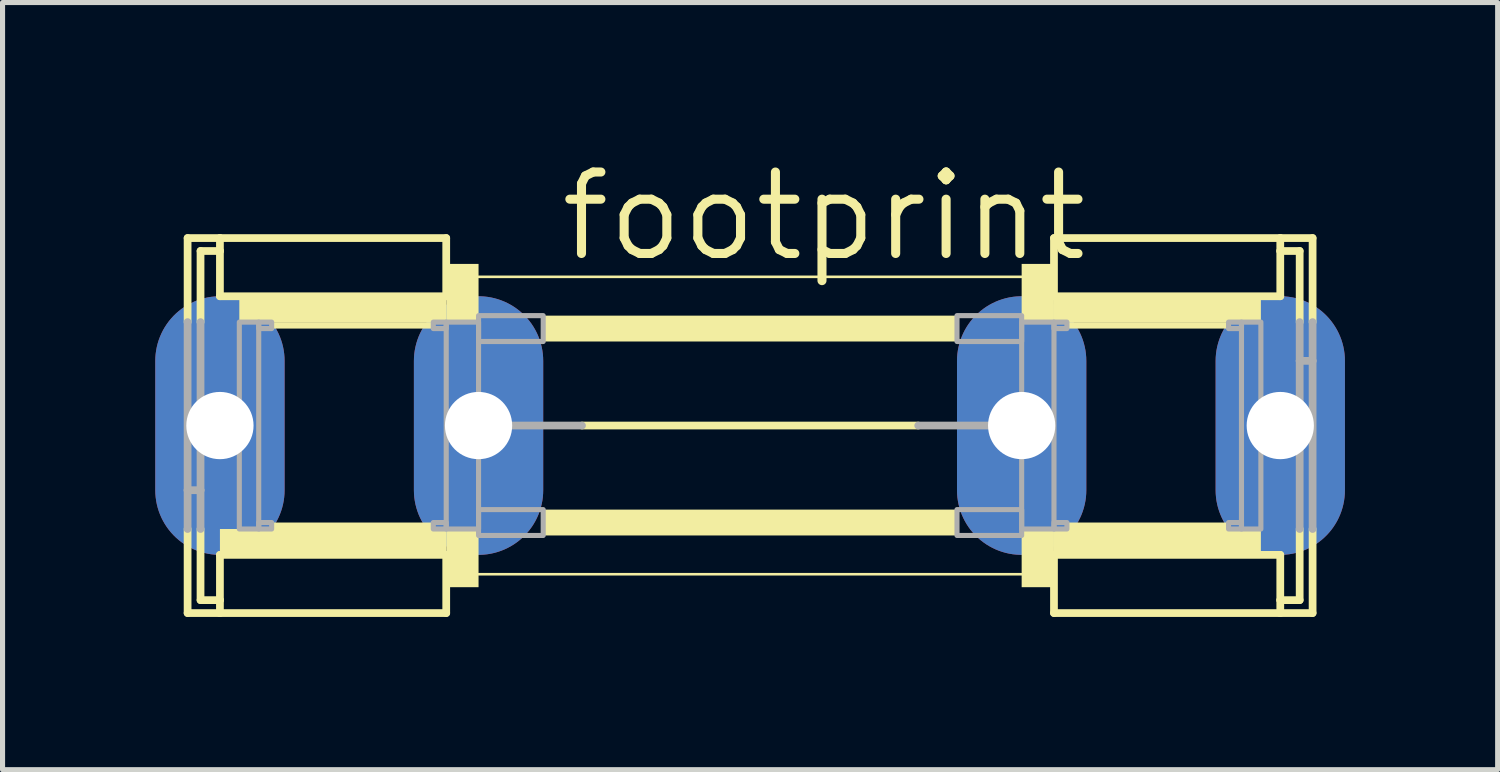
<source format=kicad_pcb>
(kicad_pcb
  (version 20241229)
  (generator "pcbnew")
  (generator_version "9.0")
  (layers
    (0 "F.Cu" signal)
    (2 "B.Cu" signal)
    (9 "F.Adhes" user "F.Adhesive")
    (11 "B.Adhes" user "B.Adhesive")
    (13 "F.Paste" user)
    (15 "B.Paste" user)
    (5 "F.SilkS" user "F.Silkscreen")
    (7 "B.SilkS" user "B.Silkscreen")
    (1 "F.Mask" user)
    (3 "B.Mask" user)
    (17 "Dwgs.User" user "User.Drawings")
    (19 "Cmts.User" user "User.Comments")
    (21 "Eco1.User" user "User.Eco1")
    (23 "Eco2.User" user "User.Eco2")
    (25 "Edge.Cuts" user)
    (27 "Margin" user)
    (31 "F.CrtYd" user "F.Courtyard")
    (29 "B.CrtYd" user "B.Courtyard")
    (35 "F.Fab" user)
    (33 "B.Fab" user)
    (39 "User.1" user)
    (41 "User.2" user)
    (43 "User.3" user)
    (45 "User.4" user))
  (footprint "footprint"
    (layer "F.Cu")
    (at 11.684 5.309)
    (property "Reference" "footprint" (at -3.81 -3.175 0) (layer "F.SilkS") (effects (font (size 1.6 1.6) (thickness 0.178)) (justify left bottom)))
    (fp_line (start -11.049 -2.032) (end -11.049 -3.683) (stroke (width 0.152) (type solid)) (layer "F.SilkS"))
    (fp_line (start -11.049 3.683) (end -11.049 2.032) (stroke (width 0.152) (type solid)) (layer "F.SilkS"))
    (fp_line (start -10.795 -3.429) (end -10.795 -2.032) (stroke (width 0.152) (type solid)) (layer "F.SilkS"))
    (fp_line (start -10.795 -3.429) (end -10.414 -3.429) (stroke (width 0.152) (type solid)) (layer "F.SilkS"))
    (fp_line (start -10.795 2.032) (end -10.795 3.429) (stroke (width 0.152) (type solid)) (layer "F.SilkS"))
    (fp_line (start -10.795 3.429) (end -10.414 3.429) (stroke (width 0.152) (type solid)) (layer "F.SilkS"))
    (fp_line (start -10.414 -3.683) (end -11.049 -3.683) (stroke (width 0.152) (type solid)) (layer "F.SilkS"))
    (fp_line (start -10.414 -3.683) (end -10.414 -3.429) (stroke (width 0.152) (type solid)) (layer "F.SilkS"))
    (fp_line (start -10.414 -3.683) (end -5.969 -3.683) (stroke (width 0.152) (type solid)) (layer "F.SilkS"))
    (fp_line (start -10.414 -3.429) (end -10.414 -2.54) (stroke (width 0.152) (type solid)) (layer "F.SilkS"))
    (fp_line (start -10.414 -2.54) (end -5.969 -2.54) (stroke (width 0.152) (type solid)) (layer "F.SilkS"))
    (fp_line (start -10.414 2.54) (end -5.969 2.54) (stroke (width 0.152) (type solid)) (layer "F.SilkS"))
    (fp_line (start -10.414 3.429) (end -10.414 2.54) (stroke (width 0.152) (type solid)) (layer "F.SilkS"))
    (fp_line (start -10.414 3.683) (end -11.049 3.683) (stroke (width 0.152) (type solid)) (layer "F.SilkS"))
    (fp_line (start -10.414 3.683) (end -10.414 3.429) (stroke (width 0.152) (type solid)) (layer "F.SilkS"))
    (fp_line (start -5.969 -2.54) (end -5.969 -3.683) (stroke (width 0.152) (type solid)) (layer "F.SilkS"))
    (fp_line (start -5.969 3.683) (end -10.414 3.683) (stroke (width 0.152) (type solid)) (layer "F.SilkS"))
    (fp_line (start -5.969 3.683) (end -5.969 2.54) (stroke (width 0.152) (type solid)) (layer "F.SilkS"))
    (fp_line (start -5.334 -2.921) (end 5.334 -2.921) (stroke (width 0.051) (type solid)) (layer "F.SilkS"))
    (fp_line (start -3.302 0) (end 3.302 0) (stroke (width 0.152) (type solid)) (layer "F.SilkS"))
    (fp_line (start 5.334 2.921) (end -5.334 2.921) (stroke (width 0.051) (type solid)) (layer "F.SilkS"))
    (fp_line (start 5.969 -3.683) (end 5.969 -2.54) (stroke (width 0.152) (type solid)) (layer "F.SilkS"))
    (fp_line (start 5.969 -3.683) (end 10.414 -3.683) (stroke (width 0.152) (type solid)) (layer "F.SilkS"))
    (fp_line (start 5.969 2.54) (end 5.969 3.683) (stroke (width 0.152) (type solid)) (layer "F.SilkS"))
    (fp_line (start 10.414 -3.683) (end 10.414 -3.429) (stroke (width 0.152) (type solid)) (layer "F.SilkS"))
    (fp_line (start 10.414 -3.683) (end 11.049 -3.683) (stroke (width 0.152) (type solid)) (layer "F.SilkS"))
    (fp_line (start 10.414 -3.429) (end 10.414 -2.54) (stroke (width 0.152) (type solid)) (layer "F.SilkS"))
    (fp_line (start 10.414 -2.54) (end 5.969 -2.54) (stroke (width 0.152) (type solid)) (layer "F.SilkS"))
    (fp_line (start 10.414 2.54) (end 5.969 2.54) (stroke (width 0.152) (type solid)) (layer "F.SilkS"))
    (fp_line (start 10.414 3.429) (end 10.414 2.54) (stroke (width 0.152) (type solid)) (layer "F.SilkS"))
    (fp_line (start 10.414 3.683) (end 5.969 3.683) (stroke (width 0.152) (type solid)) (layer "F.SilkS"))
    (fp_line (start 10.414 3.683) (end 10.414 3.429) (stroke (width 0.152) (type solid)) (layer "F.SilkS"))
    (fp_line (start 10.414 3.683) (end 11.049 3.683) (stroke (width 0.152) (type solid)) (layer "F.SilkS"))
    (fp_line (start 10.795 -3.429) (end 10.414 -3.429) (stroke (width 0.152) (type solid)) (layer "F.SilkS"))
    (fp_line (start 10.795 -2.032) (end 10.795 -3.429) (stroke (width 0.152) (type solid)) (layer "F.SilkS"))
    (fp_line (start 10.795 3.429) (end 10.414 3.429) (stroke (width 0.152) (type solid)) (layer "F.SilkS"))
    (fp_line (start 10.795 3.429) (end 10.795 2.032) (stroke (width 0.152) (type solid)) (layer "F.SilkS"))
    (fp_line (start 11.049 -3.683) (end 11.049 -2.032) (stroke (width 0.152) (type solid)) (layer "F.SilkS"))
    (fp_line (start 11.049 2.032) (end 11.049 3.683) (stroke (width 0.152) (type solid)) (layer "F.SilkS"))
    (fp_poly (pts (xy -10.414 2.54) (xy -5.969 2.54) (xy -5.969 2.032) (xy -10.414 2.032)) (stroke (width 0) (type solid)) (fill yes) (layer "F.SilkS"))
    (fp_poly (pts (xy -10.033 -2.032) (xy -5.969 -2.032) (xy -5.969 -2.54) (xy -10.033 -2.54)) (stroke (width 0) (type solid)) (fill yes) (layer "F.SilkS"))
    (fp_poly (pts (xy -9.398 -1.905) (xy -6.223 -1.905) (xy -6.223 -2.032) (xy -9.398 -2.032)) (stroke (width 0) (type solid)) (fill yes) (layer "F.SilkS"))
    (fp_poly (pts (xy -9.398 2.032) (xy -6.223 2.032) (xy -6.223 1.905) (xy -9.398 1.905)) (stroke (width 0) (type solid)) (fill yes) (layer "F.SilkS"))
    (fp_poly (pts (xy -5.969 -2.032) (xy -5.334 -2.032) (xy -5.334 -3.175) (xy -5.969 -3.175)) (stroke (width 0) (type solid)) (fill yes) (layer "F.SilkS"))
    (fp_poly (pts (xy -5.969 3.175) (xy -5.334 3.175) (xy -5.334 2.032) (xy -5.969 2.032)) (stroke (width 0) (type solid)) (fill yes) (layer "F.SilkS"))
    (fp_poly (pts (xy -4.064 -1.651) (xy 4.064 -1.651) (xy 4.064 -2.159) (xy -4.064 -2.159)) (stroke (width 0) (type solid)) (fill yes) (layer "F.SilkS"))
    (fp_poly (pts (xy -4.064 2.159) (xy 4.064 2.159) (xy 4.064 1.651) (xy -4.064 1.651)) (stroke (width 0) (type solid)) (fill yes) (layer "F.SilkS"))
    (fp_poly (pts (xy 5.334 -2.032) (xy 5.969 -2.032) (xy 5.969 -3.175) (xy 5.334 -3.175)) (stroke (width 0) (type solid)) (fill yes) (layer "F.SilkS"))
    (fp_poly (pts (xy 5.334 3.175) (xy 5.969 3.175) (xy 5.969 2.032) (xy 5.334 2.032)) (stroke (width 0) (type solid)) (fill yes) (layer "F.SilkS"))
    (fp_poly (pts (xy 5.969 -2.032) (xy 10.033 -2.032) (xy 10.033 -2.54) (xy 5.969 -2.54)) (stroke (width 0) (type solid)) (fill yes) (layer "F.SilkS"))
    (fp_poly (pts (xy 5.969 2.54) (xy 10.033 2.54) (xy 10.033 2.032) (xy 5.969 2.032)) (stroke (width 0) (type solid)) (fill yes) (layer "F.SilkS"))
    (fp_poly (pts (xy 6.223 -1.905) (xy 9.398 -1.905) (xy 9.398 -2.032) (xy 6.223 -2.032)) (stroke (width 0) (type solid)) (fill yes) (layer "F.SilkS"))
    (fp_poly (pts (xy 6.223 2.032) (xy 9.398 2.032) (xy 9.398 1.905) (xy 6.223 1.905)) (stroke (width 0) (type solid)) (fill yes) (layer "F.SilkS"))
    (fp_line (start -11.049 -2.032) (end -11.049 1.27) (stroke (width 0.152) (type solid)) (layer "F.Fab"))
    (fp_line (start -11.049 1.27) (end -10.795 1.27) (stroke (width 0.152) (type solid)) (layer "F.Fab"))
    (fp_line (start -11.049 2.032) (end -11.049 1.27) (stroke (width 0.152) (type solid)) (layer "F.Fab"))
    (fp_line (start -10.795 -2.032) (end -10.795 1.27) (stroke (width 0.152) (type solid)) (layer "F.Fab"))
    (fp_line (start -10.795 1.27) (end -10.795 2.032) (stroke (width 0.152) (type solid)) (layer "F.Fab"))
    (fp_line (start -3.302 0) (end -5.334 0) (stroke (width 0.152) (type solid)) (layer "F.Fab"))
    (fp_line (start 3.302 0) (end 5.334 0) (stroke (width 0.152) (type solid)) (layer "F.Fab"))
    (fp_line (start 10.795 -1.27) (end 10.795 -2.032) (stroke (width 0.152) (type solid)) (layer "F.Fab"))
    (fp_line (start 10.795 -1.27) (end 10.795 2.032) (stroke (width 0.152) (type solid)) (layer "F.Fab"))
    (fp_line (start 11.049 -2.032) (end 11.049 -1.27) (stroke (width 0.152) (type solid)) (layer "F.Fab"))
    (fp_line (start 11.049 -1.27) (end 10.795 -1.27) (stroke (width 0.152) (type solid)) (layer "F.Fab"))
    (fp_line (start 11.049 -1.27) (end 11.049 2.032) (stroke (width 0.152) (type solid)) (layer "F.Fab"))
    (fp_poly (pts (xy -10.033 2.032) (xy -9.652 2.032) (xy -9.652 -2.032) (xy -10.033 -2.032)) (stroke (width 0.1) (type solid)) (fill no) (layer "F.Fab"))
    (fp_poly (pts (xy -9.652 -1.905) (xy -9.398 -1.905) (xy -9.398 -2.032) (xy -9.652 -2.032)) (stroke (width 0.1) (type solid)) (fill no) (layer "F.Fab"))
    (fp_poly (pts (xy -9.652 2.032) (xy -9.398 2.032) (xy -9.398 1.905) (xy -9.652 1.905)) (stroke (width 0.1) (type solid)) (fill no) (layer "F.Fab"))
    (fp_poly (pts (xy -6.223 -1.905) (xy -5.969 -1.905) (xy -5.969 -2.032) (xy -6.223 -2.032)) (stroke (width 0.1) (type solid)) (fill no) (layer "F.Fab"))
    (fp_poly (pts (xy -6.223 2.032) (xy -5.969 2.032) (xy -5.969 1.905) (xy -6.223 1.905)) (stroke (width 0.1) (type solid)) (fill no) (layer "F.Fab"))
    (fp_poly (pts (xy -5.969 2.032) (xy -5.334 2.032) (xy -5.334 -2.032) (xy -5.969 -2.032)) (stroke (width 0.1) (type solid)) (fill no) (layer "F.Fab"))
    (fp_poly (pts (xy -5.334 -1.651) (xy -4.064 -1.651) (xy -4.064 -2.159) (xy -5.334 -2.159)) (stroke (width 0.1) (type solid)) (fill no) (layer "F.Fab"))
    (fp_poly (pts (xy -5.334 2.159) (xy -4.064 2.159) (xy -4.064 1.651) (xy -5.334 1.651)) (stroke (width 0.1) (type solid)) (fill no) (layer "F.Fab"))
    (fp_poly (pts (xy 4.064 -1.651) (xy 5.334 -1.651) (xy 5.334 -2.159) (xy 4.064 -2.159)) (stroke (width 0.1) (type solid)) (fill no) (layer "F.Fab"))
    (fp_poly (pts (xy 4.064 2.159) (xy 5.334 2.159) (xy 5.334 1.651) (xy 4.064 1.651)) (stroke (width 0.1) (type solid)) (fill no) (layer "F.Fab"))
    (fp_poly (pts (xy 5.334 2.032) (xy 5.969 2.032) (xy 5.969 -2.032) (xy 5.334 -2.032)) (stroke (width 0.1) (type solid)) (fill no) (layer "F.Fab"))
    (fp_poly (pts (xy 5.969 -1.905) (xy 6.223 -1.905) (xy 6.223 -2.032) (xy 5.969 -2.032)) (stroke (width 0.1) (type solid)) (fill no) (layer "F.Fab"))
    (fp_poly (pts (xy 5.969 2.032) (xy 6.223 2.032) (xy 6.223 1.905) (xy 5.969 1.905)) (stroke (width 0.1) (type solid)) (fill no) (layer "F.Fab"))
    (fp_poly (pts (xy 9.398 -1.905) (xy 9.652 -1.905) (xy 9.652 -2.032) (xy 9.398 -2.032)) (stroke (width 0.1) (type solid)) (fill no) (layer "F.Fab"))
    (fp_poly (pts (xy 9.398 2.032) (xy 9.652 2.032) (xy 9.652 1.905) (xy 9.398 1.905)) (stroke (width 0.1) (type solid)) (fill no) (layer "F.Fab"))
    (fp_poly (pts (xy 9.652 2.032) (xy 10.033 2.032) (xy 10.033 -2.032) (xy 9.652 -2.032)) (stroke (width 0.1) (type solid)) (fill no) (layer "F.Fab"))
    (pad "1A" thru_hole oval (at -10.414 0 90) (size 5.08 2.54) (drill 1.321) (layers "*.Cu" "*.Mask"))
    (pad "1B" thru_hole oval (at -5.334 0 90) (size 5.08 2.54) (drill 1.321) (layers "*.Cu" "*.Mask"))
    (pad "2A" thru_hole oval (at 10.414 0 90) (size 5.08 2.54) (drill 1.321) (layers "*.Cu" "*.Mask"))
    (pad "2B" thru_hole oval (at 5.334 0 90) (size 5.08 2.54) (drill 1.321) (layers "*.Cu" "*.Mask")))
  (gr_rect
    (start -3 -3)
    (end 26.368 12.068)
    (stroke (width 0.1) (type default))
    (fill no)
    (layer "Edge.Cuts")))
</source>
